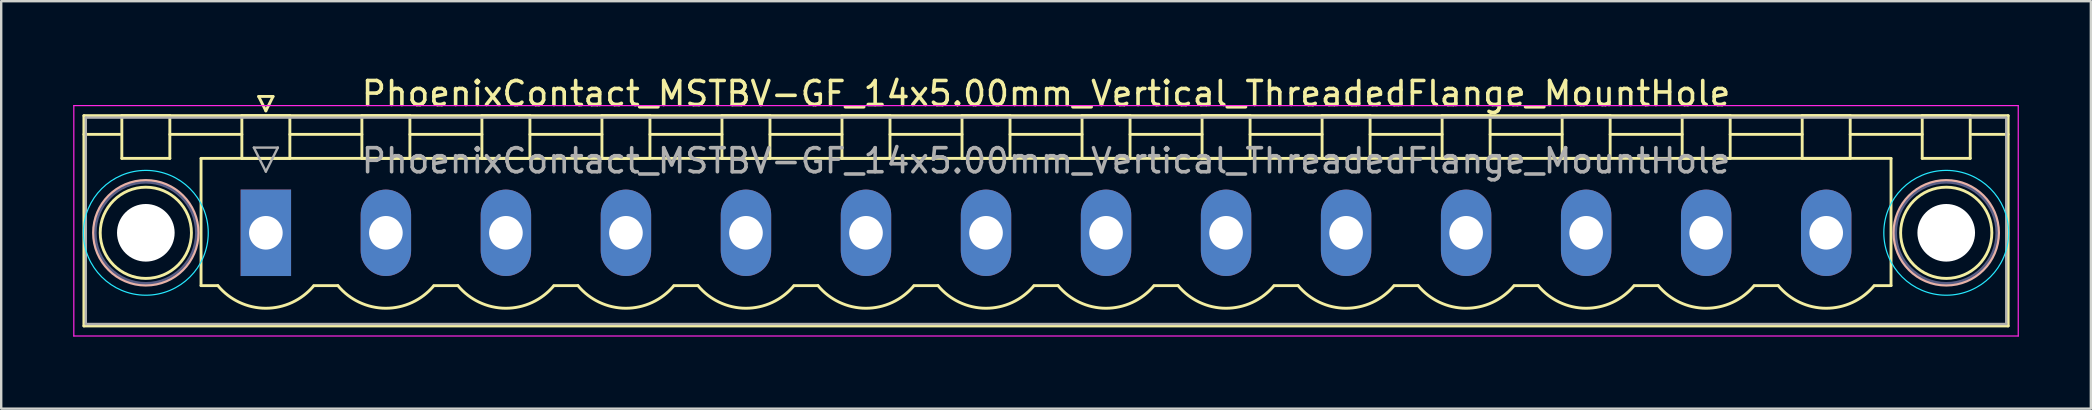
<source format=kicad_pcb>
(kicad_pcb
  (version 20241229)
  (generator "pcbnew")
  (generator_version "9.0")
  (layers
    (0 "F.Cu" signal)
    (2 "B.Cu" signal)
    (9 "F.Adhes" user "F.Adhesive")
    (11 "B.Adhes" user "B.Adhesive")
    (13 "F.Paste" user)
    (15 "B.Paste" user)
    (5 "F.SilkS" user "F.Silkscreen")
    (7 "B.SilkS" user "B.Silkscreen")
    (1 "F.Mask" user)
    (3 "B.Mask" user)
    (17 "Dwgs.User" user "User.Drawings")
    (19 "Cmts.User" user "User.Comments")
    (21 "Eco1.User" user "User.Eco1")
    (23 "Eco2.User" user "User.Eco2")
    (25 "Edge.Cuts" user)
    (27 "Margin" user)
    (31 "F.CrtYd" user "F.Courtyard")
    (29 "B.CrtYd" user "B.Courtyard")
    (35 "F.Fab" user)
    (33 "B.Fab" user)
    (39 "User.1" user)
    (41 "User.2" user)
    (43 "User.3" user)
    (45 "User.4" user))
  (footprint "PhoenixContact_MSTBV-GF_14x5.00mm_Vertical_ThreadedFlange_MountHole"
    (layer "F.Cu")
    (at 8.025 6.648)
    (property "Reference" "PhoenixContact_MSTBV-GF_14x5.00mm_Vertical_ThreadedFlange_MountHole" (at 32.5 -5.8 0) (layer "F.SilkS") (effects (font (size 1 1) (thickness 0.15))))
    (attr through_hole)
    (fp_line (start -7.58 -4.88) (end -7.58 3.88) (stroke (width 0.12) (type solid)) (layer "F.SilkS"))
    (fp_line (start -7.58 -4.1) (end -6.08 -4.1) (stroke (width 0.12) (type solid)) (layer "F.SilkS"))
    (fp_line (start -7.58 3.88) (end 72.58 3.88) (stroke (width 0.12) (type solid)) (layer "F.SilkS"))
    (fp_line (start -6 -4.88) (end -4 -4.88) (stroke (width 0.12) (type solid)) (layer "F.SilkS"))
    (fp_line (start -6 -3.1) (end -6 -4.88) (stroke (width 0.12) (type solid)) (layer "F.SilkS"))
    (fp_line (start -4 -4.88) (end -4 -3.1) (stroke (width 0.12) (type solid)) (layer "F.SilkS"))
    (fp_line (start -4 -4.1) (end -1 -4.1) (stroke (width 0.12) (type solid)) (layer "F.SilkS"))
    (fp_line (start -4 -3.1) (end -6 -3.1) (stroke (width 0.12) (type solid)) (layer "F.SilkS"))
    (fp_line (start -2.7 -3.1) (end 67.7 -3.1) (stroke (width 0.12) (type solid)) (layer "F.SilkS"))
    (fp_line (start -2.7 2.2) (end -2.7 -3.1) (stroke (width 0.12) (type solid)) (layer "F.SilkS"))
    (fp_line (start -2 2.2) (end -2.7 2.2) (stroke (width 0.12) (type solid)) (layer "F.SilkS"))
    (fp_line (start -1 -4.88) (end 1 -4.88) (stroke (width 0.12) (type solid)) (layer "F.SilkS"))
    (fp_line (start -1 -3.1) (end -1 -4.88) (stroke (width 0.12) (type solid)) (layer "F.SilkS"))
    (fp_line (start -0.3 -5.68) (end 0.3 -5.68) (stroke (width 0.12) (type solid)) (layer "F.SilkS"))
    (fp_line (start 0 -5.08) (end -0.3 -5.68) (stroke (width 0.12) (type solid)) (layer "F.SilkS"))
    (fp_line (start 0.3 -5.68) (end 0 -5.08) (stroke (width 0.12) (type solid)) (layer "F.SilkS"))
    (fp_line (start 1 -4.88) (end 1 -3.1) (stroke (width 0.12) (type solid)) (layer "F.SilkS"))
    (fp_line (start 1 -4.1) (end 4 -4.1) (stroke (width 0.12) (type solid)) (layer "F.SilkS"))
    (fp_line (start 1 -3.1) (end -1 -3.1) (stroke (width 0.12) (type solid)) (layer "F.SilkS"))
    (fp_line (start 2 2.2) (end 3 2.2) (stroke (width 0.12) (type solid)) (layer "F.SilkS"))
    (fp_line (start 4 -4.88) (end 6 -4.88) (stroke (width 0.12) (type solid)) (layer "F.SilkS"))
    (fp_line (start 4 -3.1) (end 4 -4.88) (stroke (width 0.12) (type solid)) (layer "F.SilkS"))
    (fp_line (start 6 -4.88) (end 6 -3.1) (stroke (width 0.12) (type solid)) (layer "F.SilkS"))
    (fp_line (start 6 -4.1) (end 9 -4.1) (stroke (width 0.12) (type solid)) (layer "F.SilkS"))
    (fp_line (start 6 -3.1) (end 4 -3.1) (stroke (width 0.12) (type solid)) (layer "F.SilkS"))
    (fp_line (start 7 2.2) (end 8 2.2) (stroke (width 0.12) (type solid)) (layer "F.SilkS"))
    (fp_line (start 9 -4.88) (end 11 -4.88) (stroke (width 0.12) (type solid)) (layer "F.SilkS"))
    (fp_line (start 9 -3.1) (end 9 -4.88) (stroke (width 0.12) (type solid)) (layer "F.SilkS"))
    (fp_line (start 11 -4.88) (end 11 -3.1) (stroke (width 0.12) (type solid)) (layer "F.SilkS"))
    (fp_line (start 11 -4.1) (end 14 -4.1) (stroke (width 0.12) (type solid)) (layer "F.SilkS"))
    (fp_line (start 11 -3.1) (end 9 -3.1) (stroke (width 0.12) (type solid)) (layer "F.SilkS"))
    (fp_line (start 12 2.2) (end 13 2.2) (stroke (width 0.12) (type solid)) (layer "F.SilkS"))
    (fp_line (start 14 -4.88) (end 16 -4.88) (stroke (width 0.12) (type solid)) (layer "F.SilkS"))
    (fp_line (start 14 -3.1) (end 14 -4.88) (stroke (width 0.12) (type solid)) (layer "F.SilkS"))
    (fp_line (start 16 -4.88) (end 16 -3.1) (stroke (width 0.12) (type solid)) (layer "F.SilkS"))
    (fp_line (start 16 -4.1) (end 19 -4.1) (stroke (width 0.12) (type solid)) (layer "F.SilkS"))
    (fp_line (start 16 -3.1) (end 14 -3.1) (stroke (width 0.12) (type solid)) (layer "F.SilkS"))
    (fp_line (start 17 2.2) (end 18 2.2) (stroke (width 0.12) (type solid)) (layer "F.SilkS"))
    (fp_line (start 19 -4.88) (end 21 -4.88) (stroke (width 0.12) (type solid)) (layer "F.SilkS"))
    (fp_line (start 19 -3.1) (end 19 -4.88) (stroke (width 0.12) (type solid)) (layer "F.SilkS"))
    (fp_line (start 21 -4.88) (end 21 -3.1) (stroke (width 0.12) (type solid)) (layer "F.SilkS"))
    (fp_line (start 21 -4.1) (end 24 -4.1) (stroke (width 0.12) (type solid)) (layer "F.SilkS"))
    (fp_line (start 21 -3.1) (end 19 -3.1) (stroke (width 0.12) (type solid)) (layer "F.SilkS"))
    (fp_line (start 22 2.2) (end 23 2.2) (stroke (width 0.12) (type solid)) (layer "F.SilkS"))
    (fp_line (start 24 -4.88) (end 26 -4.88) (stroke (width 0.12) (type solid)) (layer "F.SilkS"))
    (fp_line (start 24 -3.1) (end 24 -4.88) (stroke (width 0.12) (type solid)) (layer "F.SilkS"))
    (fp_line (start 26 -4.88) (end 26 -3.1) (stroke (width 0.12) (type solid)) (layer "F.SilkS"))
    (fp_line (start 26 -4.1) (end 29 -4.1) (stroke (width 0.12) (type solid)) (layer "F.SilkS"))
    (fp_line (start 26 -3.1) (end 24 -3.1) (stroke (width 0.12) (type solid)) (layer "F.SilkS"))
    (fp_line (start 27 2.2) (end 28 2.2) (stroke (width 0.12) (type solid)) (layer "F.SilkS"))
    (fp_line (start 29 -4.88) (end 31 -4.88) (stroke (width 0.12) (type solid)) (layer "F.SilkS"))
    (fp_line (start 29 -3.1) (end 29 -4.88) (stroke (width 0.12) (type solid)) (layer "F.SilkS"))
    (fp_line (start 31 -4.88) (end 31 -3.1) (stroke (width 0.12) (type solid)) (layer "F.SilkS"))
    (fp_line (start 31 -4.1) (end 34 -4.1) (stroke (width 0.12) (type solid)) (layer "F.SilkS"))
    (fp_line (start 31 -3.1) (end 29 -3.1) (stroke (width 0.12) (type solid)) (layer "F.SilkS"))
    (fp_line (start 32 2.2) (end 33 2.2) (stroke (width 0.12) (type solid)) (layer "F.SilkS"))
    (fp_line (start 34 -4.88) (end 36 -4.88) (stroke (width 0.12) (type solid)) (layer "F.SilkS"))
    (fp_line (start 34 -3.1) (end 34 -4.88) (stroke (width 0.12) (type solid)) (layer "F.SilkS"))
    (fp_line (start 36 -4.88) (end 36 -3.1) (stroke (width 0.12) (type solid)) (layer "F.SilkS"))
    (fp_line (start 36 -4.1) (end 39 -4.1) (stroke (width 0.12) (type solid)) (layer "F.SilkS"))
    (fp_line (start 36 -3.1) (end 34 -3.1) (stroke (width 0.12) (type solid)) (layer "F.SilkS"))
    (fp_line (start 37 2.2) (end 38 2.2) (stroke (width 0.12) (type solid)) (layer "F.SilkS"))
    (fp_line (start 39 -4.88) (end 41 -4.88) (stroke (width 0.12) (type solid)) (layer "F.SilkS"))
    (fp_line (start 39 -3.1) (end 39 -4.88) (stroke (width 0.12) (type solid)) (layer "F.SilkS"))
    (fp_line (start 41 -4.88) (end 41 -3.1) (stroke (width 0.12) (type solid)) (layer "F.SilkS"))
    (fp_line (start 41 -4.1) (end 44 -4.1) (stroke (width 0.12) (type solid)) (layer "F.SilkS"))
    (fp_line (start 41 -3.1) (end 39 -3.1) (stroke (width 0.12) (type solid)) (layer "F.SilkS"))
    (fp_line (start 42 2.2) (end 43 2.2) (stroke (width 0.12) (type solid)) (layer "F.SilkS"))
    (fp_line (start 44 -4.88) (end 46 -4.88) (stroke (width 0.12) (type solid)) (layer "F.SilkS"))
    (fp_line (start 44 -3.1) (end 44 -4.88) (stroke (width 0.12) (type solid)) (layer "F.SilkS"))
    (fp_line (start 46 -4.88) (end 46 -3.1) (stroke (width 0.12) (type solid)) (layer "F.SilkS"))
    (fp_line (start 46 -4.1) (end 49 -4.1) (stroke (width 0.12) (type solid)) (layer "F.SilkS"))
    (fp_line (start 46 -3.1) (end 44 -3.1) (stroke (width 0.12) (type solid)) (layer "F.SilkS"))
    (fp_line (start 47 2.2) (end 48 2.2) (stroke (width 0.12) (type solid)) (layer "F.SilkS"))
    (fp_line (start 49 -4.88) (end 51 -4.88) (stroke (width 0.12) (type solid)) (layer "F.SilkS"))
    (fp_line (start 49 -3.1) (end 49 -4.88) (stroke (width 0.12) (type solid)) (layer "F.SilkS"))
    (fp_line (start 51 -4.88) (end 51 -3.1) (stroke (width 0.12) (type solid)) (layer "F.SilkS"))
    (fp_line (start 51 -4.1) (end 54 -4.1) (stroke (width 0.12) (type solid)) (layer "F.SilkS"))
    (fp_line (start 51 -3.1) (end 49 -3.1) (stroke (width 0.12) (type solid)) (layer "F.SilkS"))
    (fp_line (start 52 2.2) (end 53 2.2) (stroke (width 0.12) (type solid)) (layer "F.SilkS"))
    (fp_line (start 54 -4.88) (end 56 -4.88) (stroke (width 0.12) (type solid)) (layer "F.SilkS"))
    (fp_line (start 54 -3.1) (end 54 -4.88) (stroke (width 0.12) (type solid)) (layer "F.SilkS"))
    (fp_line (start 56 -4.88) (end 56 -3.1) (stroke (width 0.12) (type solid)) (layer "F.SilkS"))
    (fp_line (start 56 -4.1) (end 59 -4.1) (stroke (width 0.12) (type solid)) (layer "F.SilkS"))
    (fp_line (start 56 -3.1) (end 54 -3.1) (stroke (width 0.12) (type solid)) (layer "F.SilkS"))
    (fp_line (start 57 2.2) (end 58 2.2) (stroke (width 0.12) (type solid)) (layer "F.SilkS"))
    (fp_line (start 59 -4.88) (end 61 -4.88) (stroke (width 0.12) (type solid)) (layer "F.SilkS"))
    (fp_line (start 59 -3.1) (end 59 -4.88) (stroke (width 0.12) (type solid)) (layer "F.SilkS"))
    (fp_line (start 61 -4.88) (end 61 -3.1) (stroke (width 0.12) (type solid)) (layer "F.SilkS"))
    (fp_line (start 61 -4.1) (end 64 -4.1) (stroke (width 0.12) (type solid)) (layer "F.SilkS"))
    (fp_line (start 61 -3.1) (end 59 -3.1) (stroke (width 0.12) (type solid)) (layer "F.SilkS"))
    (fp_line (start 62 2.2) (end 63 2.2) (stroke (width 0.12) (type solid)) (layer "F.SilkS"))
    (fp_line (start 64 -4.88) (end 66 -4.88) (stroke (width 0.12) (type solid)) (layer "F.SilkS"))
    (fp_line (start 64 -3.1) (end 64 -4.88) (stroke (width 0.12) (type solid)) (layer "F.SilkS"))
    (fp_line (start 66 -4.88) (end 66 -3.1) (stroke (width 0.12) (type solid)) (layer "F.SilkS"))
    (fp_line (start 66 -4.1) (end 69 -4.1) (stroke (width 0.12) (type solid)) (layer "F.SilkS"))
    (fp_line (start 66 -3.1) (end 64 -3.1) (stroke (width 0.12) (type solid)) (layer "F.SilkS"))
    (fp_line (start 67.7 -3.1) (end 67.7 2.2) (stroke (width 0.12) (type solid)) (layer "F.SilkS"))
    (fp_line (start 67.7 2.2) (end 67 2.2) (stroke (width 0.12) (type solid)) (layer "F.SilkS"))
    (fp_line (start 69 -4.88) (end 71 -4.88) (stroke (width 0.12) (type solid)) (layer "F.SilkS"))
    (fp_line (start 69 -3.1) (end 69 -4.88) (stroke (width 0.12) (type solid)) (layer "F.SilkS"))
    (fp_line (start 71 -4.88) (end 71 -3.1) (stroke (width 0.12) (type solid)) (layer "F.SilkS"))
    (fp_line (start 71 -3.1) (end 69 -3.1) (stroke (width 0.12) (type solid)) (layer "F.SilkS"))
    (fp_line (start 72.58 -4.88) (end -7.58 -4.88) (stroke (width 0.12) (type solid)) (layer "F.SilkS"))
    (fp_line (start 72.58 -4.1) (end 71.08 -4.1) (stroke (width 0.12) (type solid)) (layer "F.SilkS"))
    (fp_line (start 72.58 3.88) (end 72.58 -4.88) (stroke (width 0.12) (type solid)) (layer "F.SilkS"))
    (fp_arc (start 1.986842 2.215821) (mid -0.010289 3.142758) (end -2 2.2) (stroke (width 0.12) (type solid)) (layer "F.SilkS"))
    (fp_arc (start 6.986842 2.215821) (mid 4.989711 3.142758) (end 3 2.2) (stroke (width 0.12) (type solid)) (layer "F.SilkS"))
    (fp_arc (start 11.986842 2.215821) (mid 9.989711 3.142758) (end 8 2.2) (stroke (width 0.12) (type solid)) (layer "F.SilkS"))
    (fp_arc (start 16.986842 2.215821) (mid 14.989711 3.142758) (end 13 2.2) (stroke (width 0.12) (type solid)) (layer "F.SilkS"))
    (fp_arc (start 21.986842 2.215821) (mid 19.989711 3.142758) (end 18 2.2) (stroke (width 0.12) (type solid)) (layer "F.SilkS"))
    (fp_arc (start 26.986842 2.215821) (mid 24.989711 3.142758) (end 23 2.2) (stroke (width 0.12) (type solid)) (layer "F.SilkS"))
    (fp_arc (start 31.986842 2.215821) (mid 29.989711 3.142758) (end 28 2.2) (stroke (width 0.12) (type solid)) (layer "F.SilkS"))
    (fp_arc (start 36.986842 2.215821) (mid 34.989711 3.142758) (end 33 2.2) (stroke (width 0.12) (type solid)) (layer "F.SilkS"))
    (fp_arc (start 41.986842 2.215821) (mid 39.989711 3.142758) (end 38 2.2) (stroke (width 0.12) (type solid)) (layer "F.SilkS"))
    (fp_arc (start 46.986842 2.215821) (mid 44.989711 3.142758) (end 43 2.2) (stroke (width 0.12) (type solid)) (layer "F.SilkS"))
    (fp_arc (start 51.986842 2.215821) (mid 49.989711 3.142758) (end 48 2.2) (stroke (width 0.12) (type solid)) (layer "F.SilkS"))
    (fp_arc (start 56.986842 2.215821) (mid 54.989711 3.142758) (end 53 2.2) (stroke (width 0.12) (type solid)) (layer "F.SilkS"))
    (fp_arc (start 61.986842 2.215821) (mid 59.989711 3.142758) (end 58 2.2) (stroke (width 0.12) (type solid)) (layer "F.SilkS"))
    (fp_arc (start 66.986842 2.215821) (mid 64.989711 3.142758) (end 63 2.2) (stroke (width 0.12) (type solid)) (layer "F.SilkS"))
    (fp_circle (center -5 0) (end -3.1 0) (stroke (width 0.12) (type solid)) (fill no) (layer "F.SilkS"))
    (fp_circle (center 70 0) (end 71.9 0) (stroke (width 0.12) (type solid)) (fill no) (layer "F.SilkS"))
    (fp_circle (center -5 0) (end -2.82 0) (stroke (width 0.12) (type solid)) (fill no) (layer "B.SilkS"))
    (fp_circle (center 70 0) (end 72.18 0) (stroke (width 0.12) (type solid)) (fill no) (layer "B.SilkS"))
    (fp_circle (center -5 0) (end -2.4 0) (stroke (width 0.05) (type solid)) (fill no) (layer "B.CrtYd"))
    (fp_circle (center 70 0) (end 72.6 0) (stroke (width 0.05) (type solid)) (fill no) (layer "B.CrtYd"))
    (fp_line (start -8 -5.3) (end -8 4.3) (stroke (width 0.05) (type solid)) (layer "F.CrtYd"))
    (fp_line (start -8 4.3) (end 73 4.3) (stroke (width 0.05) (type solid)) (layer "F.CrtYd"))
    (fp_line (start 73 -5.3) (end -8 -5.3) (stroke (width 0.05) (type solid)) (layer "F.CrtYd"))
    (fp_line (start 73 4.3) (end 73 -5.3) (stroke (width 0.05) (type solid)) (layer "F.CrtYd"))
    (fp_circle (center -5 0) (end -2.9 0) (stroke (width 0.1) (type solid)) (fill no) (layer "B.Fab"))
    (fp_circle (center 70 0) (end 72.1 0) (stroke (width 0.1) (type solid)) (fill no) (layer "B.Fab"))
    (fp_line (start -7.5 -4.8) (end -7.5 3.8) (stroke (width 0.1) (type solid)) (layer "F.Fab"))
    (fp_line (start -7.5 3.8) (end 72.5 3.8) (stroke (width 0.1) (type solid)) (layer "F.Fab"))
    (fp_line (start -0.5 -3.55) (end 0.5 -3.55) (stroke (width 0.1) (type solid)) (layer "F.Fab"))
    (fp_line (start 0 -2.55) (end -0.5 -3.55) (stroke (width 0.1) (type solid)) (layer "F.Fab"))
    (fp_line (start 0.5 -3.55) (end 0 -2.55) (stroke (width 0.1) (type solid)) (layer "F.Fab"))
    (fp_line (start 72.5 -4.8) (end -7.5 -4.8) (stroke (width 0.1) (type solid)) (layer "F.Fab"))
    (fp_line (start 72.5 3.8) (end 72.5 -4.8) (stroke (width 0.1) (type solid)) (layer "F.Fab"))
    (fp_text user "${REFERENCE}" (at 32.5 -3 0) (layer "F.Fab") (effects (font (size 1 1) (thickness 0.15))))
    (pad "" np_thru_hole circle (at -5 0) (size 2.4 2.4) (drill 2.4) (layers "*.Cu" "*.Mask"))
    (pad "" np_thru_hole circle (at 70 0) (size 2.4 2.4) (drill 2.4) (layers "*.Cu" "*.Mask"))
    (pad "1" thru_hole rect (at 0 0) (size 2.1 3.6) (drill 1.4) (layers "*.Cu" "*.Mask"))
    (pad "2" thru_hole oval (at 5 0) (size 2.1 3.6) (drill 1.4) (layers "*.Cu" "*.Mask"))
    (pad "3" thru_hole oval (at 10 0) (size 2.1 3.6) (drill 1.4) (layers "*.Cu" "*.Mask"))
    (pad "4" thru_hole oval (at 15 0) (size 2.1 3.6) (drill 1.4) (layers "*.Cu" "*.Mask"))
    (pad "5" thru_hole oval (at 20 0) (size 2.1 3.6) (drill 1.4) (layers "*.Cu" "*.Mask"))
    (pad "6" thru_hole oval (at 25 0) (size 2.1 3.6) (drill 1.4) (layers "*.Cu" "*.Mask"))
    (pad "7" thru_hole oval (at 30 0) (size 2.1 3.6) (drill 1.4) (layers "*.Cu" "*.Mask"))
    (pad "8" thru_hole oval (at 35 0) (size 2.1 3.6) (drill 1.4) (layers "*.Cu" "*.Mask"))
    (pad "9" thru_hole oval (at 40 0) (size 2.1 3.6) (drill 1.4) (layers "*.Cu" "*.Mask"))
    (pad "10" thru_hole oval (at 45 0) (size 2.1 3.6) (drill 1.4) (layers "*.Cu" "*.Mask"))
    (pad "11" thru_hole oval (at 50 0) (size 2.1 3.6) (drill 1.4) (layers "*.Cu" "*.Mask"))
    (pad "12" thru_hole oval (at 55 0) (size 2.1 3.6) (drill 1.4) (layers "*.Cu" "*.Mask"))
    (pad "13" thru_hole oval (at 60 0) (size 2.1 3.6) (drill 1.4) (layers "*.Cu" "*.Mask"))
    (pad "14" thru_hole oval (at 65 0) (size 2.1 3.6) (drill 1.4) (layers "*.Cu" "*.Mask")))
  (gr_rect
    (start -3 -3)
    (end 84.05 13.973)
    (stroke (width 0.1) (type default))
    (fill no)
    (layer "Edge.Cuts")))
</source>
